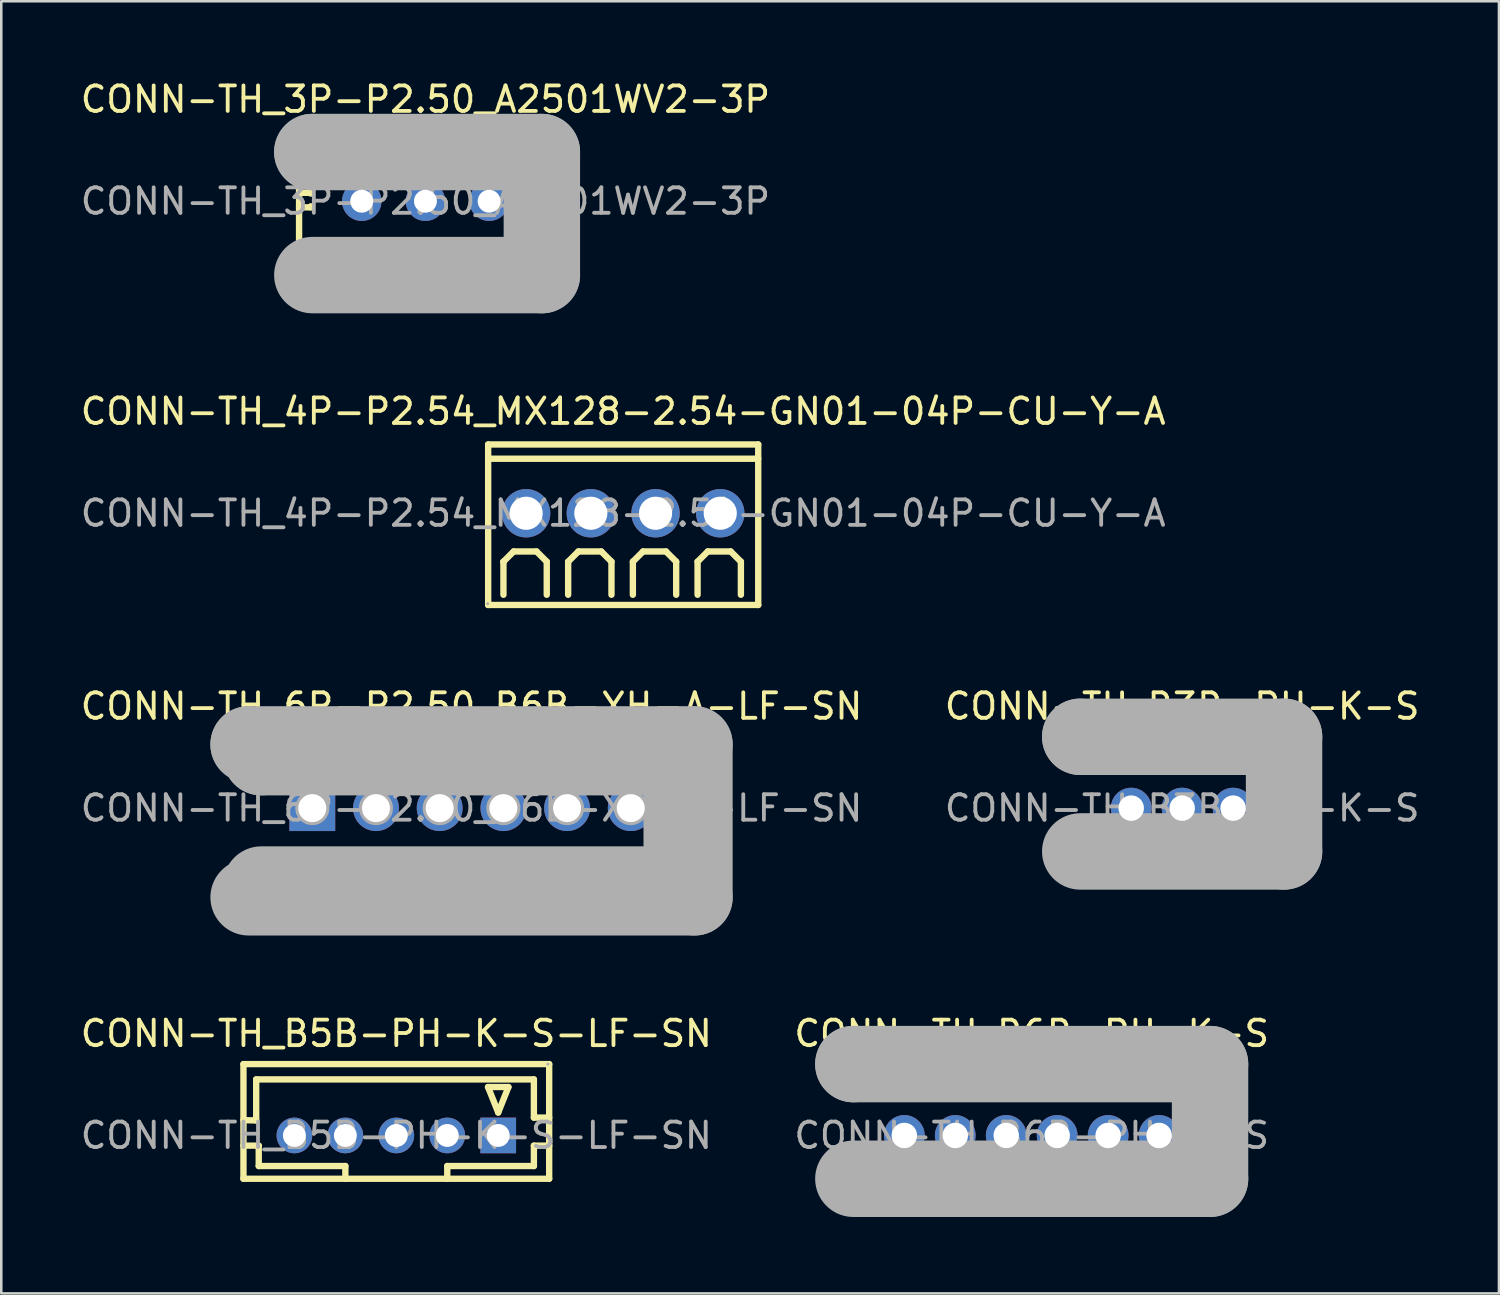
<source format=kicad_pcb>
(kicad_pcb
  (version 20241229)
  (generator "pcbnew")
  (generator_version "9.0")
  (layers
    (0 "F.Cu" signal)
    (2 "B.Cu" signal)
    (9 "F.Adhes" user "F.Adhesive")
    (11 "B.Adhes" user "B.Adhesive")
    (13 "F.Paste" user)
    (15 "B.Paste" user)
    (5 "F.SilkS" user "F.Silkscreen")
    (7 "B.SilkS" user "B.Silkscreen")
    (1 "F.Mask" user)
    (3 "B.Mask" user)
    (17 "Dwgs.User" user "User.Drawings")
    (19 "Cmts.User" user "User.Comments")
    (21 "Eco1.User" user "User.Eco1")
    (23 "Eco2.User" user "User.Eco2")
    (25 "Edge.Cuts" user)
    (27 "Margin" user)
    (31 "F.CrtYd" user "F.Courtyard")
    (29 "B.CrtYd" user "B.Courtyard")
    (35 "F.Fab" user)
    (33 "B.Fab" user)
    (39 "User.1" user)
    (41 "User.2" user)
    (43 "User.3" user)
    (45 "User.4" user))
  (footprint "CONN-TH_4P-P2.54_MX128-2.54-GN01-04P-CU-Y-A"
    (layer "F.Cu")
    (at 21.411 17.096)
    (property "Reference" "CONN-TH_4P-P2.54_MX128-2.54-GN01-04P-CU-Y-A" (at 0 -4 0) (layer "F.SilkS") (effects (font (size 1 1) (thickness 0.15))))
    (attr through_hole)
    (fp_line (start -5.3 -2.7) (end 5.3 -2.7) (stroke (width 0.25) (type solid)) (layer "F.SilkS"))
    (fp_line (start -5.3 -2.14) (end 5.3 -2.14) (stroke (width 0.25) (type solid)) (layer "F.SilkS"))
    (fp_line (start -5.3 3.6) (end -5.3 -2.7) (stroke (width 0.25) (type solid)) (layer "F.SilkS"))
    (fp_line (start -4.7 1.9) (end -4.7 1.9) (stroke (width 0.25) (type solid)) (layer "F.SilkS"))
    (fp_line (start -4.7 1.9) (end -4.3 1.5) (stroke (width 0.25) (type solid)) (layer "F.SilkS"))
    (fp_line (start -4.7 3.2) (end -4.7 1.9) (stroke (width 0.25) (type solid)) (layer "F.SilkS"))
    (fp_line (start -3.4 1.5) (end -4.3 1.5) (stroke (width 0.25) (type solid)) (layer "F.SilkS"))
    (fp_line (start -3 1.9) (end -3.4 1.5) (stroke (width 0.25) (type solid)) (layer "F.SilkS"))
    (fp_line (start -3 1.9) (end -3 3.2) (stroke (width 0.25) (type solid)) (layer "F.SilkS"))
    (fp_line (start -2.16 1.9) (end -1.76 1.5) (stroke (width 0.25) (type solid)) (layer "F.SilkS"))
    (fp_line (start -2.16 3.2) (end -2.16 1.9) (stroke (width 0.25) (type solid)) (layer "F.SilkS"))
    (fp_line (start -0.86 1.5) (end -1.76 1.5) (stroke (width 0.25) (type solid)) (layer "F.SilkS"))
    (fp_line (start -0.46 1.9) (end -0.86 1.5) (stroke (width 0.25) (type solid)) (layer "F.SilkS"))
    (fp_line (start -0.46 1.9) (end -0.46 3.2) (stroke (width 0.25) (type solid)) (layer "F.SilkS"))
    (fp_line (start 0.38 1.9) (end 0.78 1.5) (stroke (width 0.25) (type solid)) (layer "F.SilkS"))
    (fp_line (start 0.38 3.2) (end 0.38 1.9) (stroke (width 0.25) (type solid)) (layer "F.SilkS"))
    (fp_line (start 1.68 1.5) (end 0.78 1.5) (stroke (width 0.25) (type solid)) (layer "F.SilkS"))
    (fp_line (start 2.08 1.9) (end 1.68 1.5) (stroke (width 0.25) (type solid)) (layer "F.SilkS"))
    (fp_line (start 2.08 1.9) (end 2.08 3.2) (stroke (width 0.25) (type solid)) (layer "F.SilkS"))
    (fp_line (start 2.92 1.9) (end 3.32 1.5) (stroke (width 0.25) (type solid)) (layer "F.SilkS"))
    (fp_line (start 2.92 3.2) (end 2.92 1.9) (stroke (width 0.25) (type solid)) (layer "F.SilkS"))
    (fp_line (start 4.22 1.5) (end 3.32 1.5) (stroke (width 0.25) (type solid)) (layer "F.SilkS"))
    (fp_line (start 4.62 1.9) (end 4.22 1.5) (stroke (width 0.25) (type solid)) (layer "F.SilkS"))
    (fp_line (start 4.62 1.9) (end 4.62 3.2) (stroke (width 0.25) (type solid)) (layer "F.SilkS"))
    (fp_line (start 5.3 -2.7) (end 5.3 3.6) (stroke (width 0.25) (type solid)) (layer "F.SilkS"))
    (fp_line (start 5.3 3.6) (end -5.3 3.6) (stroke (width 0.25) (type solid)) (layer "F.SilkS"))
    (fp_circle (center -5.32 3.55) (end -5.29 3.55) (stroke (width 0.06) (type solid)) (fill no) (layer "F.Fab"))
    (fp_text user "${REFERENCE}" (at 0 0 0) (layer "F.Fab") (effects (font (size 1 1) (thickness 0.15))))
    (pad "1" thru_hole circle (at -3.81 0) (size 1.9 1.9) (drill 1.3) (layers "*.Cu" "*.Mask"))
    (pad "2" thru_hole circle (at -1.27 0) (size 1.9 1.9) (drill 1.3) (layers "*.Cu" "*.Mask"))
    (pad "3" thru_hole circle (at 1.27 0) (size 1.9 1.9) (drill 1.3) (layers "*.Cu" "*.Mask"))
    (pad "4" thru_hole circle (at 3.81 0) (size 1.9 1.9) (drill 1.3) (layers "*.Cu" "*.Mask")))
  (footprint "CONN-TH_B3B-PH-K-S"
    (layer "F.Cu")
    (at 43.351 28.67)
    (property "Reference" "CONN-TH_B3B-PH-K-S" (at 0 -4 0) (layer "F.SilkS") (effects (font (size 1 1) (thickness 0.15))))
    (attr through_hole)
    (fp_circle (center 3.29 1.02) (end 3.65 1.02) (stroke (width 0.25) (type solid)) (fill no) (layer "F.SilkS"))
    (fp_line (start -4 -2.8) (end -4 -2.8) (stroke (width 3) (type solid)) (layer "F.Fab"))
    (fp_line (start -4 -2.8) (end 4 -2.8) (stroke (width 3) (type solid)) (layer "F.Fab"))
    (fp_line (start 4 -2.8) (end 4 1.7) (stroke (width 3) (type solid)) (layer "F.Fab"))
    (fp_line (start 4 1.7) (end -4 1.7) (stroke (width 3) (type solid)) (layer "F.Fab"))
    (fp_circle (center -2 0) (end -1.8 0) (stroke (width 0.4) (type solid)) (fill no) (layer "F.Fab"))
    (fp_circle (center 0 0) (end 0.2 0) (stroke (width 0.4) (type solid)) (fill no) (layer "F.Fab"))
    (fp_circle (center 2 0) (end 2.2 0) (stroke (width 0.4) (type solid)) (fill no) (layer "F.Fab"))
    (fp_circle (center 4.13 -2.93) (end 4.16 -2.93) (stroke (width 0.06) (type solid)) (fill no) (layer "F.Fab"))
    (fp_text user "${REFERENCE}" (at 0 0 0) (layer "F.Fab") (effects (font (size 1 1) (thickness 0.15))))
    (pad "1" thru_hole circle (at 2 0 180) (size 1.6 1.6) (drill 1) (layers "*.Cu" "*.Mask"))
    (pad "2" thru_hole circle (at 0 0 180) (size 1.6 1.6) (drill 1) (layers "*.Cu" "*.Mask"))
    (pad "3" thru_hole circle (at -2 0 180) (size 1.6 1.6) (drill 1) (layers "*.Cu" "*.Mask")))
  (footprint "CONN-TH_B5B-PH-K-S-LF-SN"
    (layer "F.Cu")
    (at 12.506 41.518)
    (property "Reference" "CONN-TH_B5B-PH-K-S-LF-SN" (at 0 -4 0) (layer "F.SilkS") (effects (font (size 1 1) (thickness 0.15))))
    (attr through_hole)
    (fp_line (start -6 -2.8) (end -6 1.7) (stroke (width 0.25) (type solid)) (layer "F.SilkS"))
    (fp_line (start -6 -0.6) (end -5.5 -0.59) (stroke (width 0.25) (type solid)) (layer "F.SilkS"))
    (fp_line (start -6 1.7) (end 6 1.7) (stroke (width 0.25) (type solid)) (layer "F.SilkS"))
    (fp_line (start -5.5 -2.2) (end 5.4 -2.2) (stroke (width 0.25) (type solid)) (layer "F.SilkS"))
    (fp_line (start -5.5 -0.59) (end -5.5 -2.2) (stroke (width 0.25) (type solid)) (layer "F.SilkS"))
    (fp_line (start -5.4 0.4) (end -6 0.4) (stroke (width 0.25) (type solid)) (layer "F.SilkS"))
    (fp_line (start -5.4 1.2) (end -5.4 0.4) (stroke (width 0.25) (type solid)) (layer "F.SilkS"))
    (fp_line (start -2 1.2) (end -5.4 1.2) (stroke (width 0.25) (type solid)) (layer "F.SilkS"))
    (fp_line (start -2 1.7) (end -2 1.2) (stroke (width 0.25) (type solid)) (layer "F.SilkS"))
    (fp_line (start -2 1.7) (end -2 1.7) (stroke (width 0.25) (type solid)) (layer "F.SilkS"))
    (fp_line (start 2 1.2) (end 2 1.7) (stroke (width 0.25) (type solid)) (layer "F.SilkS"))
    (fp_line (start 2 1.7) (end 2 1.7) (stroke (width 0.25) (type solid)) (layer "F.SilkS"))
    (fp_line (start 3.6 -1.9) (end 4.4 -1.9) (stroke (width 0.25) (type solid)) (layer "F.SilkS"))
    (fp_line (start 4 -0.9) (end 3.6 -1.9) (stroke (width 0.25) (type solid)) (layer "F.SilkS"))
    (fp_line (start 4.4 -1.9) (end 4 -0.9) (stroke (width 0.25) (type solid)) (layer "F.SilkS"))
    (fp_line (start 5.4 -2.2) (end 5.4 -0.7) (stroke (width 0.25) (type solid)) (layer "F.SilkS"))
    (fp_line (start 5.4 -0.7) (end 6 -0.7) (stroke (width 0.25) (type solid)) (layer "F.SilkS"))
    (fp_line (start 5.4 0.4) (end 5.4 1.2) (stroke (width 0.25) (type solid)) (layer "F.SilkS"))
    (fp_line (start 5.4 1.2) (end 2 1.2) (stroke (width 0.25) (type solid)) (layer "F.SilkS"))
    (fp_line (start 6 -2.8) (end -6 -2.8) (stroke (width 0.25) (type solid)) (layer "F.SilkS"))
    (fp_line (start 6 0.4) (end 5.4 0.4) (stroke (width 0.25) (type solid)) (layer "F.SilkS"))
    (fp_line (start 6 1.7) (end 6 -2.8) (stroke (width 0.25) (type solid)) (layer "F.SilkS"))
    (fp_circle (center 5.95 -2.8) (end 5.98 -2.8) (stroke (width 0.06) (type solid)) (fill no) (layer "F.Fab"))
    (fp_text user "${REFERENCE}" (at 0 0 0) (layer "F.Fab") (effects (font (size 1 1) (thickness 0.15))))
    (pad "1" thru_hole rect (at 4 0) (size 1.4 1.4) (drill 0.9) (layers "*.Cu" "*.Mask"))
    (pad "2" thru_hole circle (at 2 0) (size 1.4 1.4) (drill 0.9) (layers "*.Cu" "*.Mask"))
    (pad "3" thru_hole circle (at 0 0) (size 1.4 1.4) (drill 0.9) (layers "*.Cu" "*.Mask"))
    (pad "4" thru_hole circle (at -2 0) (size 1.4 1.4) (drill 0.9) (layers "*.Cu" "*.Mask"))
    (pad "5" thru_hole circle (at -4 0) (size 1.4 1.4) (drill 0.9) (layers "*.Cu" "*.Mask")))
  (footprint "CONN-TH_3P-P2.50_A2501WV2-3P"
    (layer "F.Cu")
    (at 13.649 4.848)
    (property "Reference" "CONN-TH_3P-P2.50_A2501WV2-3P" (at 0 -4 0) (layer "F.SilkS") (effects (font (size 1 1) (thickness 0.15))))
    (attr through_hole)
    (fp_line (start -4.96 -2.44) (end -4.96 3.4) (stroke (width 0.25) (type solid)) (layer "F.SilkS"))
    (fp_line (start -4.96 -0.33) (end -4.5 -0.33) (stroke (width 0.25) (type solid)) (layer "F.SilkS"))
    (fp_line (start -4.96 0.24) (end -4.5 0.24) (stroke (width 0.25) (type solid)) (layer "F.SilkS"))
    (fp_line (start -4.96 3.4) (end 4.97 3.4) (stroke (width 0.25) (type solid)) (layer "F.SilkS"))
    (fp_line (start -4.5 -0.33) (end -4.5 -0.3) (stroke (width 0.25) (type solid)) (layer "F.SilkS"))
    (fp_line (start -4.5 0.24) (end -4.5 0.2) (stroke (width 0.25) (type solid)) (layer "F.SilkS"))
    (fp_line (start -3.3 -1.93) (end -3.3 -2.44) (stroke (width 0.25) (type solid)) (layer "F.SilkS"))
    (fp_line (start -1.78 -1.93) (end -1.78 -2.44) (stroke (width 0.25) (type solid)) (layer "F.SilkS"))
    (fp_line (start 1.78 -1.93) (end 1.78 -2.44) (stroke (width 0.25) (type solid)) (layer "F.SilkS"))
    (fp_line (start 3.31 -2.21) (end 3.31 -2.44) (stroke (width 0.25) (type solid)) (layer "F.SilkS"))
    (fp_line (start 3.31 -1.93) (end 3.31 -2.21) (stroke (width 0.25) (type solid)) (layer "F.SilkS"))
    (fp_line (start 4.6 -0.4) (end 5.08 -0.4) (stroke (width 0.25) (type solid)) (layer "F.SilkS"))
    (fp_line (start 4.6 0.2) (end 5.08 0.2) (stroke (width 0.25) (type solid)) (layer "F.SilkS"))
    (fp_line (start 4.97 -2.44) (end -4.96 -2.44) (stroke (width 0.25) (type solid)) (layer "F.SilkS"))
    (fp_line (start 5.08 -0.4) (end 5.08 -0.39) (stroke (width 0.25) (type solid)) (layer "F.SilkS"))
    (fp_line (start 5.08 0.2) (end 5.08 0.15) (stroke (width 0.25) (type solid)) (layer "F.SilkS"))
    (fp_line (start 5.08 3.4) (end 5.08 -2.44) (stroke (width 0.25) (type solid)) (layer "F.SilkS"))
    (fp_line (start -4.44 -1.93) (end -4.44 -1.93) (stroke (width 3) (type solid)) (layer "F.Fab"))
    (fp_line (start -4.44 -1.93) (end 4.57 -1.93) (stroke (width 3) (type solid)) (layer "F.Fab"))
    (fp_line (start 4.57 -1.93) (end 4.57 2.9) (stroke (width 3) (type solid)) (layer "F.Fab"))
    (fp_line (start 4.57 2.9) (end -4.44 2.9) (stroke (width 3) (type solid)) (layer "F.Fab"))
    (fp_circle (center -5 3.28) (end -4.97 3.28) (stroke (width 0.06) (type solid)) (fill no) (layer "F.Fab"))
    (fp_text user "${REFERENCE}" (at 0 0 0) (layer "F.Fab") (effects (font (size 1 1) (thickness 0.15))))
    (pad "1" thru_hole circle (at -2.5 0 180) (size 1.55 1.55) (drill 0.9) (layers "*.Cu" "*.Mask"))
    (pad "2" thru_hole circle (at 0 0 180) (size 1.55 1.55) (drill 0.9) (layers "*.Cu" "*.Mask"))
    (pad "3" thru_hole circle (at 2.5 0 180) (size 1.55 1.55) (drill 0.9) (layers "*.Cu" "*.Mask")))
  (footprint "CONN-TH_B6B-PH-K-S"
    (layer "F.Cu")
    (at 37.446 41.518)
    (property "Reference" "CONN-TH_B6B-PH-K-S" (at 0 -4 0) (layer "F.SilkS") (effects (font (size 1 1) (thickness 0.15))))
    (attr through_hole)
    (fp_circle (center 6.29 1.02) (end 6.65 1.02) (stroke (width 0.25) (type solid)) (fill no) (layer "F.SilkS"))
    (fp_line (start -7 -2.8) (end -7 -2.8) (stroke (width 3) (type solid)) (layer "F.Fab"))
    (fp_line (start -7 -2.8) (end 7 -2.8) (stroke (width 3) (type solid)) (layer "F.Fab"))
    (fp_line (start 7 -2.8) (end 7 1.7) (stroke (width 3) (type solid)) (layer "F.Fab"))
    (fp_line (start 7 1.7) (end -7 1.7) (stroke (width 3) (type solid)) (layer "F.Fab"))
    (fp_circle (center -5 0) (end -4.8 0) (stroke (width 0.4) (type solid)) (fill no) (layer "F.Fab"))
    (fp_circle (center -3 0) (end -2.8 0) (stroke (width 0.4) (type solid)) (fill no) (layer "F.Fab"))
    (fp_circle (center -1 0) (end -0.8 0) (stroke (width 0.4) (type solid)) (fill no) (layer "F.Fab"))
    (fp_circle (center 1 0) (end 1.2 0) (stroke (width 0.4) (type solid)) (fill no) (layer "F.Fab"))
    (fp_circle (center 3 0) (end 3.2 0) (stroke (width 0.4) (type solid)) (fill no) (layer "F.Fab"))
    (fp_circle (center 5 0) (end 5.2 0) (stroke (width 0.4) (type solid)) (fill no) (layer "F.Fab"))
    (fp_circle (center 7.13 -2.93) (end 7.16 -2.93) (stroke (width 0.06) (type solid)) (fill no) (layer "F.Fab"))
    (fp_text user "${REFERENCE}" (at 0 0 0) (layer "F.Fab") (effects (font (size 1 1) (thickness 0.15))))
    (pad "1" thru_hole circle (at 5 0 180) (size 1.6 1.6) (drill 1) (layers "*.Cu" "*.Mask"))
    (pad "2" thru_hole circle (at 3 0 180) (size 1.6 1.6) (drill 1) (layers "*.Cu" "*.Mask"))
    (pad "3" thru_hole circle (at 1 0 180) (size 1.6 1.6) (drill 1) (layers "*.Cu" "*.Mask"))
    (pad "4" thru_hole circle (at -1 0 180) (size 1.6 1.6) (drill 1) (layers "*.Cu" "*.Mask"))
    (pad "5" thru_hole circle (at -3 0 180) (size 1.6 1.6) (drill 1) (layers "*.Cu" "*.Mask"))
    (pad "6" thru_hole circle (at -5 0 180) (size 1.6 1.6) (drill 1) (layers "*.Cu" "*.Mask")))
  (footprint "CONN-TH_6P-P2.50_B6B-XH-A-LF-SN"
    (layer "F.Cu")
    (at 15.458 28.67)
    (property "Reference" "CONN-TH_6P-P2.50_B6B-XH-A-LF-SN" (at 0 -4 0) (layer "F.SilkS") (effects (font (size 1 1) (thickness 0.15))))
    (attr through_hole)
    (fp_line (start -7 -2) (end -7 -2.5) (stroke (width 0.25) (type solid)) (layer "F.SilkS"))
    (fp_line (start -5.5 -2.25) (end -7 -2.25) (stroke (width 0.25) (type solid)) (layer "F.SilkS"))
    (fp_line (start -5.5 -2) (end -5.5 -2.5) (stroke (width 0.25) (type solid)) (layer "F.SilkS"))
    (fp_line (start 5.5 -2.25) (end 7 -2.25) (stroke (width 0.25) (type solid)) (layer "F.SilkS"))
    (fp_line (start 5.5 -2) (end 5.5 -2.5) (stroke (width 0.25) (type solid)) (layer "F.SilkS"))
    (fp_line (start 7 -2) (end 7 -2.5) (stroke (width 0.25) (type solid)) (layer "F.SilkS"))
    (fp_line (start -8.75 -2.5) (end -8.75 -2.5) (stroke (width 3) (type solid)) (layer "F.Fab"))
    (fp_line (start -8.75 -2.5) (end 8.75 -2.5) (stroke (width 3) (type solid)) (layer "F.Fab"))
    (fp_line (start -8.25 -2) (end -8.25 -2) (stroke (width 3) (type solid)) (layer "F.Fab"))
    (fp_line (start -8.25 -2) (end 8.25 -2) (stroke (width 3) (type solid)) (layer "F.Fab"))
    (fp_line (start 8.25 -2) (end 8.25 3) (stroke (width 3) (type solid)) (layer "F.Fab"))
    (fp_line (start 8.25 3) (end -8.25 3) (stroke (width 3) (type solid)) (layer "F.Fab"))
    (fp_line (start 8.75 -2.5) (end 8.75 3.5) (stroke (width 3) (type solid)) (layer "F.Fab"))
    (fp_line (start 8.75 3.5) (end -8.75 3.5) (stroke (width 3) (type solid)) (layer "F.Fab"))
    (fp_circle (center -8.88 -2.63) (end -8.85 -2.63) (stroke (width 0.06) (type solid)) (fill no) (layer "F.Fab"))
    (fp_circle (center -6.25 0) (end -6.03 0) (stroke (width 0.45) (type solid)) (fill no) (layer "F.Fab"))
    (fp_circle (center -3.75 0) (end -3.53 0) (stroke (width 0.45) (type solid)) (fill no) (layer "F.Fab"))
    (fp_circle (center -1.25 0) (end -1.03 0) (stroke (width 0.45) (type solid)) (fill no) (layer "F.Fab"))
    (fp_circle (center 1.25 0) (end 1.47 0) (stroke (width 0.45) (type solid)) (fill no) (layer "F.Fab"))
    (fp_circle (center 3.75 0) (end 3.97 0) (stroke (width 0.45) (type solid)) (fill no) (layer "F.Fab"))
    (fp_circle (center 6.25 0) (end 6.47 0) (stroke (width 0.45) (type solid)) (fill no) (layer "F.Fab"))
    (fp_text user "${REFERENCE}" (at 0 0 0) (layer "F.Fab") (effects (font (size 1 1) (thickness 0.15))))
    (pad "1" thru_hole rect (at -6.25 0 180) (size 1.8 1.8) (drill 1.1) (layers "*.Cu" "*.Mask"))
    (pad "2" thru_hole circle (at -3.75 0 180) (size 1.8 1.8) (drill 1.1) (layers "*.Cu" "*.Mask"))
    (pad "3" thru_hole circle (at -1.25 0 180) (size 1.8 1.8) (drill 1.1) (layers "*.Cu" "*.Mask"))
    (pad "4" thru_hole circle (at 1.25 0 180) (size 1.8 1.8) (drill 1.1) (layers "*.Cu" "*.Mask"))
    (pad "5" thru_hole circle (at 3.75 0 180) (size 1.8 1.8) (drill 1.1) (layers "*.Cu" "*.Mask"))
    (pad "6" thru_hole circle (at 6.25 0 180) (size 1.8 1.8) (drill 1.1) (layers "*.Cu" "*.Mask")))
  (gr_rect
    (start -3 -3)
    (end 55.786 47.718)
    (stroke (width 0.1) (type default))
    (fill no)
    (layer "Edge.Cuts")))
</source>
